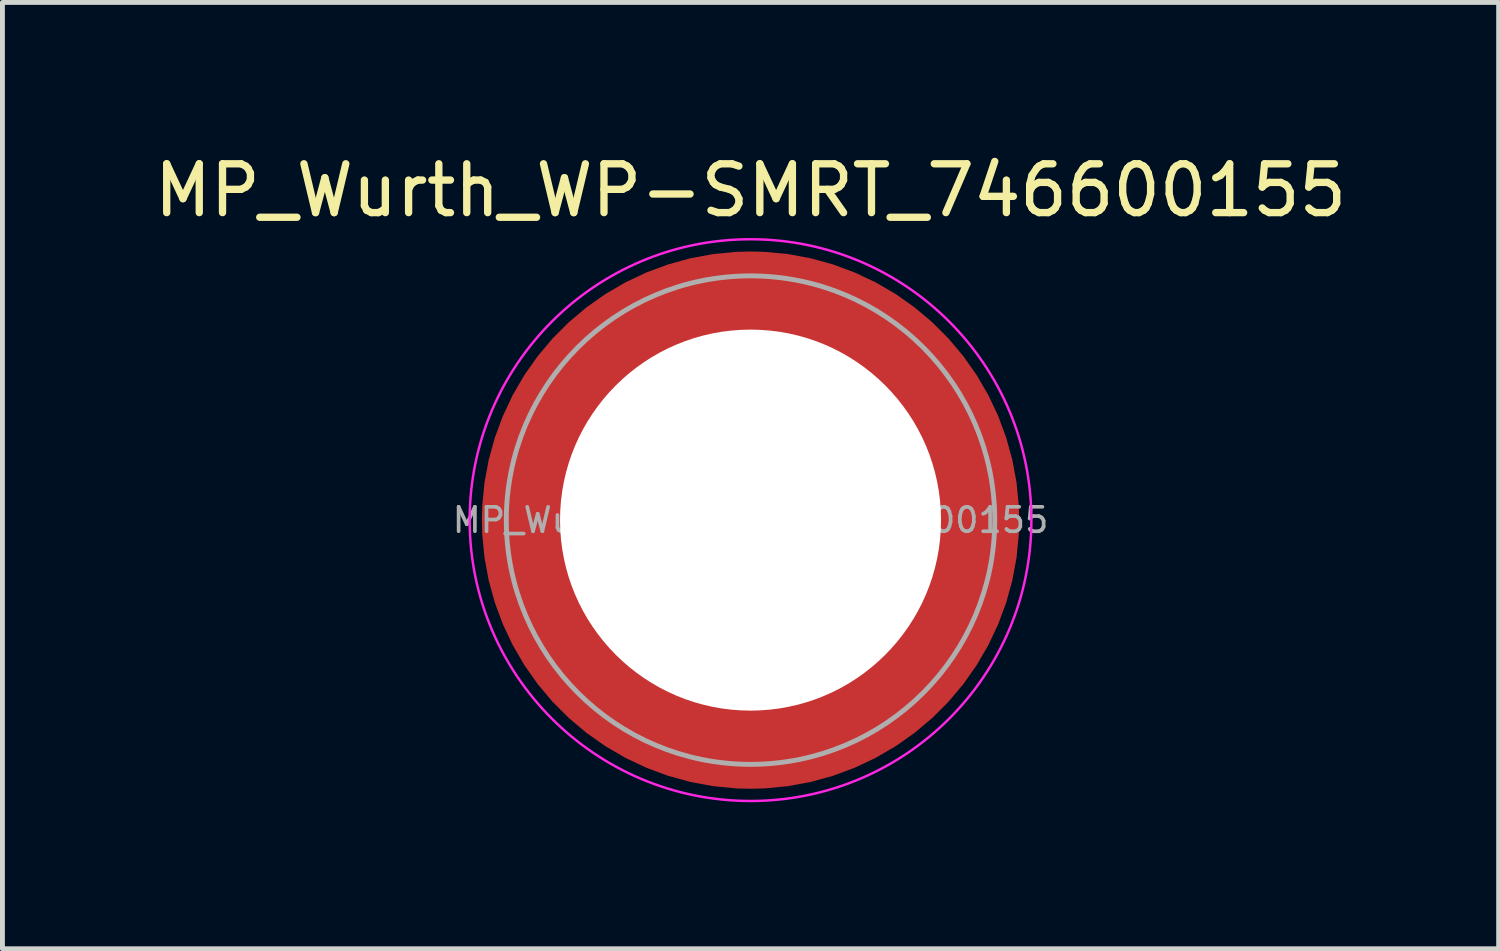
<source format=kicad_pcb>
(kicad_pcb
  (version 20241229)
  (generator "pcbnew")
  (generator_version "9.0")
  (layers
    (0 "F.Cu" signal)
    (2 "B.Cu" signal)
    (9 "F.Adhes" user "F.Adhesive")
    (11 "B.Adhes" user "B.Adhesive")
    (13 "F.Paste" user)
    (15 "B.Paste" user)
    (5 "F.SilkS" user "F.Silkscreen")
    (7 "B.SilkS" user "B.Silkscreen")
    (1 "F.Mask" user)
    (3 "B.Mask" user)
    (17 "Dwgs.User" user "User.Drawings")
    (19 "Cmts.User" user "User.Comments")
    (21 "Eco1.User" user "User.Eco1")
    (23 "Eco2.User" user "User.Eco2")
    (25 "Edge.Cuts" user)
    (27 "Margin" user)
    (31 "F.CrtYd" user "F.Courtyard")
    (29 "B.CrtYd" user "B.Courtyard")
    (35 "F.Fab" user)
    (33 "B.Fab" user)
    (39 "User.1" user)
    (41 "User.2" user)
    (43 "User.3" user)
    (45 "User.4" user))
  (footprint "MP_Wurth_WP-SMRT_746600155"
    (layer "F.Cu")
    (at 12.315 7.598)
    (property "Reference" "MP_Wurth_WP-SMRT_746600155" (at 0 -6.75 0) (unlocked yes) (layer "F.SilkS") (effects (font (size 1 1) (thickness 0.15))))
    (attr smd)
    (fp_poly (pts (xy 0.84 -5.339) (xy 0.84 -5.339) (xy 0.933 -5.323) (xy 0.933 -5.323) (xy 1.02 -5.306) (xy 1.1 -5.289) (xy 1.147 -5.279) (xy 1.221 -5.264) (xy 1.302 -5.247) (xy 1.302 -5.247) (xy 1.442 -5.209) (xy 1.559 -5.175) (xy 1.64 -5.15) (xy 1.641 -5.15) (xy 1.715 -5.124) (xy 2.034 -5.007) (xy 2.034 -5.007) (xy 2.238 -4.919) (xy 2.238 -4.919) (xy 2.402 -4.841) (xy 2.402 -4.84) (xy 2.721 -4.667) (xy 2.815 -4.615) (xy 2.816 -4.615) (xy 2.905 -4.561) (xy 2.905 -4.561) (xy 2.986 -4.505) (xy 3.087 -4.434) (xy 3.166 -4.382) (xy 3.166 -4.382) (xy 3.27 -4.3) (xy 3.363 -4.232) (xy 3.363 -4.232) (xy 3.482 -4.132) (xy 3.598 -4.033) (xy 3.598 -4.033) (xy 3.686 -3.952) (xy 3.686 -3.952) (xy 3.875 -3.77) (xy 3.876 -3.769) (xy 4.008 -3.627) (xy 4.008 -3.627) (xy 4.111 -3.51) (xy 4.111 -3.51) (xy 4.211 -3.388) (xy 4.289 -3.295) (xy 4.289 -3.295) (xy 4.363 -3.193) (xy 4.363 -3.193) (xy 4.459 -3.05) (xy 4.526 -2.96) (xy 4.526 -2.96) (xy 4.596 -2.847) (xy 4.596 -2.846) (xy 4.647 -2.757) (xy 4.751 -2.581) (xy 4.751 -2.58) (xy 4.836 -2.42) (xy 4.837 -2.42) (xy 4.91 -2.269) (xy 4.91 -2.269) (xy 4.983 -2.102) (xy 4.983 -2.102) (xy 5.072 -1.876) (xy 5.072 -1.876) (xy 5.115 -1.759) (xy 5.115 -1.759) (xy 5.155 -1.632) (xy 5.155 -1.631) (xy 5.205 -1.458) (xy 5.242 -1.32) (xy 5.242 -1.32) (xy 5.309 -1.032) (xy 5.309 -1.032) (xy 5.342 -0.821) (xy 5.373 -0.624) (xy 5.373 -0.623) (xy 5.384 -0.495) (xy 3.966 -0.495) (xy 3.955 -0.569) (xy 3.939 -0.674) (xy 3.922 -0.766) (xy 3.898 -0.885) (xy 3.873 -0.985) (xy 3.828 -1.146) (xy 3.798 -1.241) (xy 3.767 -1.332) (xy 3.699 -1.512) (xy 3.652 -1.621) (xy 3.607 -1.72) (xy 3.528 -1.879) (xy 3.468 -1.984) (xy 3.418 -2.067) (xy 3.375 -2.137) (xy 3.317 -2.228) (xy 3.24 -2.336) (xy 3.175 -2.425) (xy 3.034 -2.599) (xy 2.95 -2.692) (xy 2.868 -2.779) (xy 2.676 -2.968) (xy 2.543 -3.081) (xy 2.426 -3.176) (xy 2.211 -3.331) (xy 2.061 -3.425) (xy 1.915 -3.508) (xy 1.786 -3.573) (xy 1.644 -3.642) (xy 1.56 -3.677) (xy 1.461 -3.719) (xy 1.382 -3.748) (xy 1.312 -3.773) (xy 1.146 -3.829) (xy 1.011 -3.865) (xy 0.899 -3.894) (xy 0.616 -3.951) (xy 0.495 -3.966) (xy 0.495 -5.379)) (stroke (width 0) (type default)) (fill yes) (layer "F.Paste"))
    (fp_poly (pts (xy -3.955 0.569) (xy -3.939 0.674) (xy -3.922 0.766) (xy -3.898 0.885) (xy -3.873 0.985) (xy -3.828 1.146) (xy -3.798 1.241) (xy -3.767 1.332) (xy -3.699 1.512) (xy -3.652 1.621) (xy -3.607 1.72) (xy -3.528 1.879) (xy -3.468 1.984) (xy -3.418 2.067) (xy -3.375 2.137) (xy -3.317 2.228) (xy -3.24 2.336) (xy -3.175 2.425) (xy -3.034 2.599) (xy -2.95 2.692) (xy -2.868 2.779) (xy -2.676 2.968) (xy -2.543 3.081) (xy -2.426 3.176) (xy -2.211 3.331) (xy -2.061 3.425) (xy -1.915 3.508) (xy -1.786 3.573) (xy -1.644 3.642) (xy -1.56 3.677) (xy -1.461 3.719) (xy -1.382 3.748) (xy -1.312 3.773) (xy -1.146 3.829) (xy -1.011 3.865) (xy -0.899 3.894) (xy -0.616 3.951) (xy -0.495 3.966) (xy -0.495 5.378) (xy -0.54 5.375) (xy -0.54 5.375) (xy -0.602 5.369) (xy -0.664 5.364) (xy -0.665 5.364) (xy -0.72 5.357) (xy -0.72 5.357) (xy -0.84 5.339) (xy -0.84 5.339) (xy -0.933 5.323) (xy -0.933 5.323) (xy -1.02 5.306) (xy -1.1 5.289) (xy -1.147 5.279) (xy -1.221 5.264) (xy -1.302 5.247) (xy -1.302 5.247) (xy -1.442 5.209) (xy -1.559 5.175) (xy -1.64 5.15) (xy -1.641 5.15) (xy -1.715 5.124) (xy -2.034 5.007) (xy -2.034 5.007) (xy -2.238 4.919) (xy -2.238 4.919) (xy -2.402 4.841) (xy -2.402 4.84) (xy -2.721 4.667) (xy -2.815 4.615) (xy -2.816 4.615) (xy -2.905 4.561) (xy -2.905 4.561) (xy -2.986 4.505) (xy -3.087 4.434) (xy -3.166 4.382) (xy -3.166 4.382) (xy -3.27 4.3) (xy -3.363 4.232) (xy -3.363 4.232) (xy -3.482 4.132) (xy -3.598 4.033) (xy -3.598 4.033) (xy -3.686 3.952) (xy -3.686 3.952) (xy -3.875 3.77) (xy -3.876 3.769) (xy -4.008 3.627) (xy -4.008 3.627) (xy -4.111 3.51) (xy -4.111 3.51) (xy -4.211 3.388) (xy -4.289 3.295) (xy -4.289 3.295) (xy -4.363 3.193) (xy -4.363 3.193) (xy -4.459 3.05) (xy -4.526 2.96) (xy -4.526 2.96) (xy -4.596 2.847) (xy -4.596 2.846) (xy -4.647 2.757) (xy -4.751 2.581) (xy -4.751 2.58) (xy -4.836 2.42) (xy -4.837 2.42) (xy -4.91 2.269) (xy -4.91 2.269) (xy -4.983 2.102) (xy -4.983 2.102) (xy -5.072 1.876) (xy -5.072 1.876) (xy -5.115 1.759) (xy -5.115 1.759) (xy -5.155 1.632) (xy -5.155 1.631) (xy -5.205 1.458) (xy -5.242 1.32) (xy -5.242 1.32) (xy -5.309 1.032) (xy -5.309 1.032) (xy -5.342 0.821) (xy -5.373 0.624) (xy -5.373 0.623) (xy -5.384 0.495) (xy -3.966 0.495)) (stroke (width 0) (type default)) (fill yes) (layer "F.Paste"))
    (fp_poly (pts (xy -0.495 -3.966) (xy -0.569 -3.955) (xy -0.674 -3.939) (xy -0.766 -3.922) (xy -0.885 -3.898) (xy -0.985 -3.873) (xy -1.146 -3.828) (xy -1.241 -3.798) (xy -1.332 -3.767) (xy -1.512 -3.699) (xy -1.621 -3.652) (xy -1.72 -3.607) (xy -1.879 -3.528) (xy -1.984 -3.468) (xy -2.067 -3.418) (xy -2.137 -3.375) (xy -2.228 -3.317) (xy -2.336 -3.24) (xy -2.425 -3.175) (xy -2.599 -3.034) (xy -2.692 -2.95) (xy -2.779 -2.868) (xy -2.968 -2.676) (xy -3.081 -2.543) (xy -3.176 -2.426) (xy -3.331 -2.211) (xy -3.425 -2.061) (xy -3.508 -1.915) (xy -3.573 -1.786) (xy -3.642 -1.644) (xy -3.677 -1.56) (xy -3.719 -1.461) (xy -3.748 -1.382) (xy -3.773 -1.312) (xy -3.829 -1.146) (xy -3.865 -1.011) (xy -3.894 -0.899) (xy -3.951 -0.616) (xy -3.966 -0.495) (xy -5.378 -0.495) (xy -5.375 -0.54) (xy -5.375 -0.54) (xy -5.369 -0.602) (xy -5.364 -0.664) (xy -5.364 -0.665) (xy -5.357 -0.72) (xy -5.357 -0.72) (xy -5.339 -0.84) (xy -5.339 -0.84) (xy -5.323 -0.933) (xy -5.323 -0.933) (xy -5.306 -1.02) (xy -5.289 -1.1) (xy -5.279 -1.147) (xy -5.264 -1.221) (xy -5.247 -1.302) (xy -5.247 -1.302) (xy -5.209 -1.442) (xy -5.175 -1.559) (xy -5.15 -1.64) (xy -5.15 -1.641) (xy -5.124 -1.715) (xy -5.007 -2.034) (xy -5.007 -2.034) (xy -4.919 -2.238) (xy -4.919 -2.238) (xy -4.841 -2.402) (xy -4.84 -2.402) (xy -4.667 -2.721) (xy -4.615 -2.815) (xy -4.615 -2.816) (xy -4.561 -2.905) (xy -4.561 -2.905) (xy -4.505 -2.986) (xy -4.434 -3.087) (xy -4.382 -3.166) (xy -4.382 -3.166) (xy -4.3 -3.27) (xy -4.232 -3.363) (xy -4.232 -3.363) (xy -4.132 -3.482) (xy -4.033 -3.598) (xy -4.033 -3.598) (xy -3.952 -3.686) (xy -3.952 -3.686) (xy -3.77 -3.875) (xy -3.769 -3.876) (xy -3.627 -4.008) (xy -3.627 -4.008) (xy -3.51 -4.111) (xy -3.51 -4.111) (xy -3.388 -4.211) (xy -3.295 -4.289) (xy -3.295 -4.289) (xy -3.193 -4.363) (xy -3.193 -4.363) (xy -3.05 -4.459) (xy -2.96 -4.526) (xy -2.96 -4.526) (xy -2.847 -4.596) (xy -2.846 -4.596) (xy -2.757 -4.647) (xy -2.581 -4.751) (xy -2.58 -4.751) (xy -2.42 -4.836) (xy -2.42 -4.837) (xy -2.269 -4.91) (xy -2.269 -4.91) (xy -2.102 -4.983) (xy -2.102 -4.983) (xy -1.876 -5.072) (xy -1.876 -5.072) (xy -1.759 -5.115) (xy -1.759 -5.115) (xy -1.632 -5.155) (xy -1.631 -5.155) (xy -1.458 -5.205) (xy -1.32 -5.242) (xy -1.32 -5.242) (xy -1.032 -5.309) (xy -1.032 -5.309) (xy -0.821 -5.342) (xy -0.624 -5.373) (xy -0.623 -5.373) (xy -0.495 -5.384)) (stroke (width 0) (type default)) (fill yes) (layer "F.Paste"))
    (fp_poly (pts (xy 5.375 0.54) (xy 5.375 0.54) (xy 5.369 0.602) (xy 5.364 0.664) (xy 5.364 0.665) (xy 5.357 0.72) (xy 5.357 0.72) (xy 5.339 0.84) (xy 5.339 0.84) (xy 5.323 0.933) (xy 5.323 0.933) (xy 5.306 1.02) (xy 5.289 1.1) (xy 5.279 1.147) (xy 5.264 1.221) (xy 5.247 1.302) (xy 5.247 1.302) (xy 5.209 1.442) (xy 5.175 1.559) (xy 5.15 1.64) (xy 5.15 1.641) (xy 5.124 1.715) (xy 5.007 2.034) (xy 5.007 2.034) (xy 4.919 2.238) (xy 4.919 2.238) (xy 4.841 2.402) (xy 4.84 2.402) (xy 4.667 2.721) (xy 4.615 2.815) (xy 4.615 2.816) (xy 4.561 2.905) (xy 4.561 2.905) (xy 4.505 2.986) (xy 4.434 3.087) (xy 4.382 3.166) (xy 4.382 3.166) (xy 4.3 3.27) (xy 4.232 3.363) (xy 4.232 3.363) (xy 4.132 3.482) (xy 4.033 3.598) (xy 4.033 3.598) (xy 3.952 3.686) (xy 3.952 3.686) (xy 3.77 3.875) (xy 3.769 3.876) (xy 3.627 4.008) (xy 3.627 4.008) (xy 3.51 4.111) (xy 3.51 4.111) (xy 3.388 4.211) (xy 3.295 4.289) (xy 3.295 4.289) (xy 3.193 4.363) (xy 3.193 4.363) (xy 3.05 4.459) (xy 2.96 4.526) (xy 2.96 4.526) (xy 2.847 4.596) (xy 2.846 4.596) (xy 2.757 4.647) (xy 2.581 4.751) (xy 2.58 4.751) (xy 2.42 4.836) (xy 2.42 4.837) (xy 2.269 4.91) (xy 2.269 4.91) (xy 2.102 4.983) (xy 2.102 4.983) (xy 1.876 5.072) (xy 1.876 5.072) (xy 1.759 5.115) (xy 1.759 5.115) (xy 1.632 5.155) (xy 1.631 5.155) (xy 1.458 5.205) (xy 1.32 5.242) (xy 1.32 5.242) (xy 1.032 5.309) (xy 1.032 5.309) (xy 0.821 5.342) (xy 0.624 5.373) (xy 0.623 5.373) (xy 0.495 5.384) (xy 0.495 3.966) (xy 0.569 3.955) (xy 0.674 3.939) (xy 0.766 3.922) (xy 0.885 3.898) (xy 0.985 3.873) (xy 1.146 3.828) (xy 1.241 3.798) (xy 1.332 3.767) (xy 1.512 3.699) (xy 1.621 3.652) (xy 1.72 3.607) (xy 1.879 3.528) (xy 1.984 3.468) (xy 2.067 3.418) (xy 2.137 3.375) (xy 2.228 3.317) (xy 2.336 3.24) (xy 2.425 3.175) (xy 2.599 3.034) (xy 2.692 2.95) (xy 2.779 2.868) (xy 2.968 2.676) (xy 3.081 2.543) (xy 3.176 2.426) (xy 3.331 2.211) (xy 3.425 2.061) (xy 3.508 1.915) (xy 3.573 1.786) (xy 3.642 1.644) (xy 3.677 1.56) (xy 3.719 1.461) (xy 3.748 1.382) (xy 3.773 1.312) (xy 3.829 1.146) (xy 3.865 1.011) (xy 3.894 0.899) (xy 3.951 0.616) (xy 3.966 0.495) (xy 5.378 0.495)) (stroke (width 0) (type default)) (fill yes) (layer "F.Paste"))
    (fp_circle (center 0 0) (end 5.75 0) (stroke (width 0.05) (type solid)) (fill no) (layer "F.CrtYd"))
    (fp_circle (center 0 0) (end 5 0) (stroke (width 0.1) (type solid)) (fill no) (layer "F.Fab"))
    (fp_text user "${REFERENCE}" (at 0 0 0) (unlocked yes) (layer "F.Fab") (effects (font (size 0.5 0.5) (thickness 0.075))))
    (pad "" np_thru_hole circle (at 0 0) (size 7.8 7.8) (drill 7.8) (layers "*.Cu" "*.Mask"))
    (pad "1" smd roundrect (at 0 0) (size 11 11) (layers "F.Cu" "F.Mask") (roundrect_rratio 0.5)))
  (gr_rect
    (start -3 -3)
    (end 27.631 16.373)
    (stroke (width 0.1) (type default))
    (fill no)
    (layer "Edge.Cuts")))
</source>
